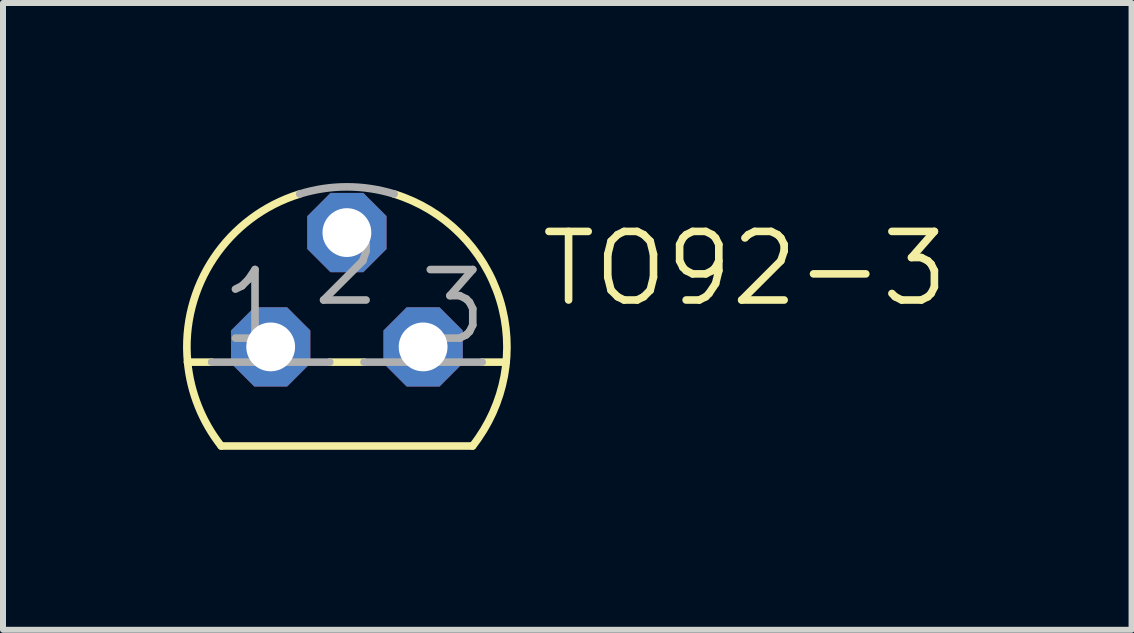
<source format=kicad_pcb>
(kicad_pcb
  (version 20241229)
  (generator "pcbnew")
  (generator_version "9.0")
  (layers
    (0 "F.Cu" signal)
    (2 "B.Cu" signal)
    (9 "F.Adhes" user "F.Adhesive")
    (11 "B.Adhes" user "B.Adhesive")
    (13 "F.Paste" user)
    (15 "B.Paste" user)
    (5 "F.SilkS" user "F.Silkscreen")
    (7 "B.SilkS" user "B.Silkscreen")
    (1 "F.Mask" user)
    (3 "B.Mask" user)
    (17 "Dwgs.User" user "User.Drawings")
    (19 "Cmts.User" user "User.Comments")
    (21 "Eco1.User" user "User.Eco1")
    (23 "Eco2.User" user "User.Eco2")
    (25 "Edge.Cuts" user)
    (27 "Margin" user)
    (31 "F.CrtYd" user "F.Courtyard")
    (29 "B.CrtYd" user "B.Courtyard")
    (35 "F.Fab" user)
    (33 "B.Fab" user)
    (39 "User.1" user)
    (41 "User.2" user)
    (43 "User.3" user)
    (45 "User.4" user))
  (footprint "TO92-3"
    (layer "F.Cu")
    (at 2.731 2.731)
    (property "Reference" "TO92-3" (at 3.175 -0.635 0) (layer "F.SilkS") (effects (font (size 1.143 1.143) (thickness 0.127)) (justify left bottom)))
    (fp_line (start -2.655 0.254) (end -2.254 0.254) (stroke (width 0.127) (type solid)) (layer "F.SilkS"))
    (fp_line (start -2.095 1.651) (end 2.095 1.651) (stroke (width 0.127) (type solid)) (layer "F.SilkS"))
    (fp_line (start -0.286 0.254) (end 0.286 0.254) (stroke (width 0.127) (type solid)) (layer "F.SilkS"))
    (fp_line (start 2.254 0.254) (end 2.655 0.254) (stroke (width 0.127) (type solid)) (layer "F.SilkS"))
    (fp_arc (start -2.6549 0.254) (mid -2.219001 -1.479566) (end -0.786299 -2.548501) (stroke (width 0.127) (type solid)) (layer "F.SilkS"))
    (fp_arc (start -2.0946 1.651) (mid -2.475347 0.992847) (end -2.654901 0.254) (stroke (width 0.127) (type solid)) (layer "F.SilkS"))
    (fp_arc (start 0.7863 -2.5484) (mid 2.546275 -0.793203) (end 2.094499 1.651) (stroke (width 0.127) (type solid)) (layer "F.SilkS"))
    (fp_line (start -2.254 0.254) (end -0.286 0.254) (stroke (width 0.127) (type solid)) (layer "F.Fab"))
    (fp_line (start 0.286 0.254) (end 2.254 0.254) (stroke (width 0.127) (type solid)) (layer "F.Fab"))
    (fp_arc (start -0.7863 -2.5485) (mid 0 -2.667043) (end 0.7863 -2.5485) (stroke (width 0.127) (type solid)) (layer "F.Fab"))
    (fp_text user "3" (at 1.143 0 0) (layer "F.Fab") (effects (font (size 1.143 1.143) (thickness 0.127)) (justify left bottom)))
    (fp_text user "1" (at -2.159 0 0) (layer "F.Fab") (effects (font (size 1.143 1.143) (thickness 0.127)) (justify left bottom)))
    (fp_text user "2" (at -0.635 -0.635 0) (layer "F.Fab") (effects (font (size 1.143 1.143) (thickness 0.127)) (justify left bottom)))
    (pad "1" thru_hole roundrect (at -1.27 0) (size 1.321 1.321) (drill 0.813) (layers "*.Cu" "*.Mask") (roundrect_rratio 0.25) (chamfer_ratio 0.293) (chamfer top_left top_right bottom_left bottom_right))
    (pad "2" thru_hole roundrect (at 0 -1.905) (size 1.321 1.321) (drill 0.813) (layers "*.Cu" "*.Mask") (roundrect_rratio 0.25) (chamfer_ratio 0.293) (chamfer top_left top_right bottom_left bottom_right))
    (pad "3" thru_hole roundrect (at 1.27 0) (size 1.321 1.321) (drill 0.813) (layers "*.Cu" "*.Mask") (roundrect_rratio 0.25) (chamfer_ratio 0.293) (chamfer top_left top_right bottom_left bottom_right)))
  (gr_rect
    (start -3 -3)
    (end 15.807 7.445)
    (stroke (width 0.1) (type default))
    (fill no)
    (layer "Edge.Cuts")))
</source>
